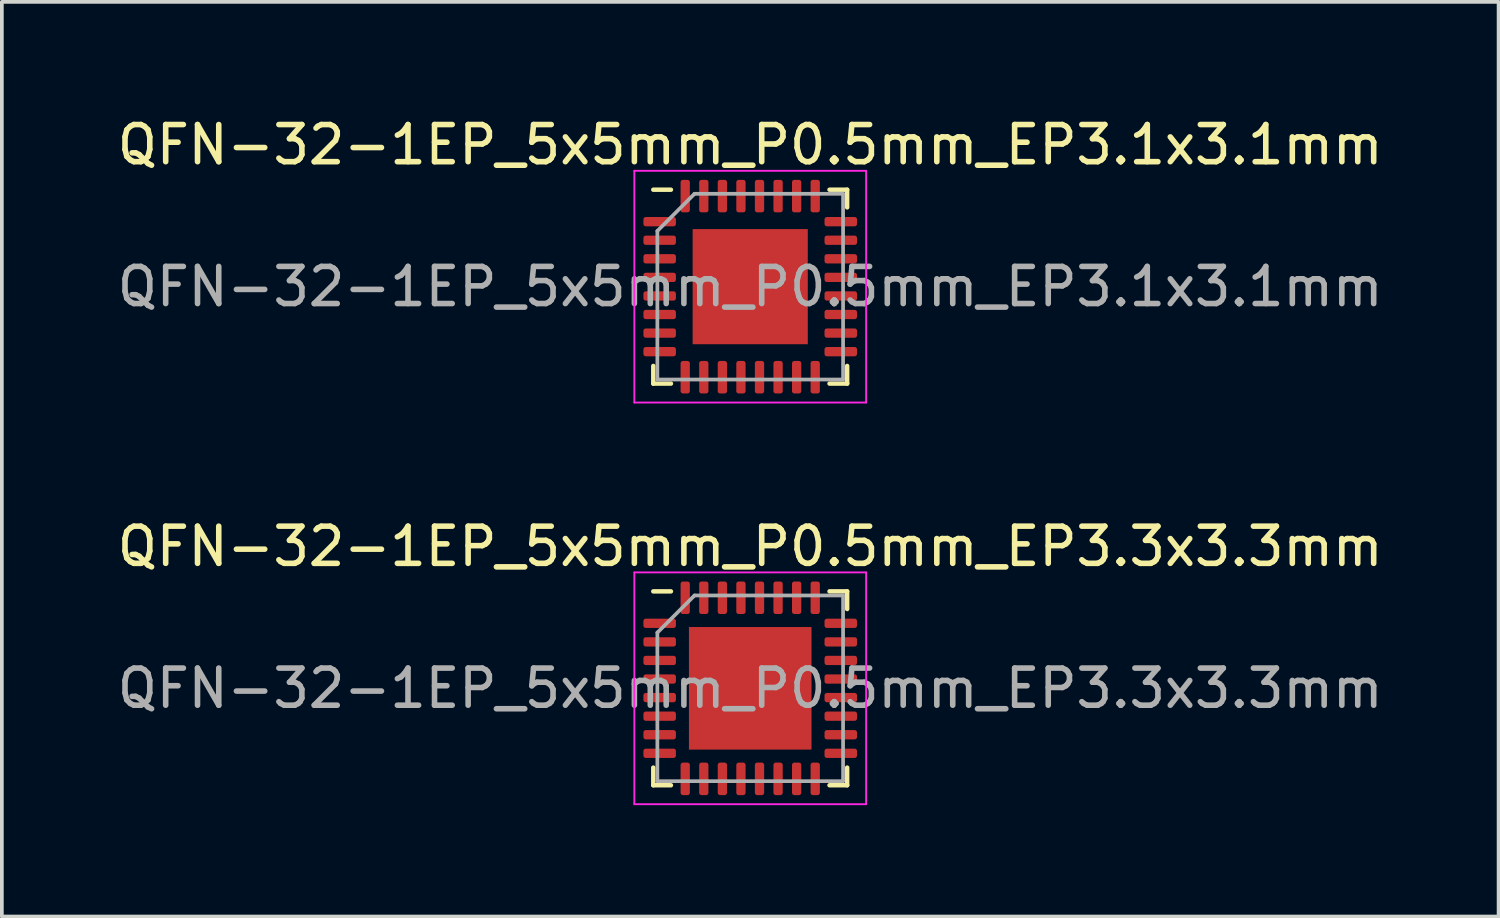
<source format=kicad_pcb>
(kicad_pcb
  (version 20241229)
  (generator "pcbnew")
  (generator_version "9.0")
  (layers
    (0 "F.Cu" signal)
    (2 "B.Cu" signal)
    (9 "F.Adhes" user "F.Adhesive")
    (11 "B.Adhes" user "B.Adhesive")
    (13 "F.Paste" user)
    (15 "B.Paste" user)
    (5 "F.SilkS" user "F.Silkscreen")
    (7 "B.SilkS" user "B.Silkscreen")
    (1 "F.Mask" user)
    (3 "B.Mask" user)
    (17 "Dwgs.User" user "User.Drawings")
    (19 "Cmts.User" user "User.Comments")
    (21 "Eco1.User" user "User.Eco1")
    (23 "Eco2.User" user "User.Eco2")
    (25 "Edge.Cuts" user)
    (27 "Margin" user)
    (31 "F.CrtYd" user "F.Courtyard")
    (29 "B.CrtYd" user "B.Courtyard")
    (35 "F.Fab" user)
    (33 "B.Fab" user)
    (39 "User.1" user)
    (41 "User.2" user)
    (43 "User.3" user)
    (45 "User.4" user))
  (footprint "QFN-32-1EP_5x5mm_P0.5mm_EP3.3x3.3mm"
    (layer "F.Cu")
    (at 17.149 15.482)
    (property "Reference" "QFN-32-1EP_5x5mm_P0.5mm_EP3.3x3.3mm" (at 0 -3.82 0) (layer "F.SilkS") (effects (font (size 1 1) (thickness 0.15))))
    (attr smd)
    (fp_line (start -2.61 2.61) (end -2.61 2.135) (stroke (width 0.12) (type solid)) (layer "F.SilkS"))
    (fp_line (start -2.135 -2.61) (end -2.61 -2.61) (stroke (width 0.12) (type solid)) (layer "F.SilkS"))
    (fp_line (start -2.135 2.61) (end -2.61 2.61) (stroke (width 0.12) (type solid)) (layer "F.SilkS"))
    (fp_line (start 2.135 -2.61) (end 2.61 -2.61) (stroke (width 0.12) (type solid)) (layer "F.SilkS"))
    (fp_line (start 2.135 2.61) (end 2.61 2.61) (stroke (width 0.12) (type solid)) (layer "F.SilkS"))
    (fp_line (start 2.61 -2.61) (end 2.61 -2.135) (stroke (width 0.12) (type solid)) (layer "F.SilkS"))
    (fp_line (start 2.61 2.61) (end 2.61 2.135) (stroke (width 0.12) (type solid)) (layer "F.SilkS"))
    (fp_line (start -3.12 -3.12) (end -3.12 3.12) (stroke (width 0.05) (type solid)) (layer "F.CrtYd"))
    (fp_line (start -3.12 3.12) (end 3.12 3.12) (stroke (width 0.05) (type solid)) (layer "F.CrtYd"))
    (fp_line (start 3.12 -3.12) (end -3.12 -3.12) (stroke (width 0.05) (type solid)) (layer "F.CrtYd"))
    (fp_line (start 3.12 3.12) (end 3.12 -3.12) (stroke (width 0.05) (type solid)) (layer "F.CrtYd"))
    (fp_line (start -2.5 -1.5) (end -1.5 -2.5) (stroke (width 0.1) (type solid)) (layer "F.Fab"))
    (fp_line (start -2.5 2.5) (end -2.5 -1.5) (stroke (width 0.1) (type solid)) (layer "F.Fab"))
    (fp_line (start -1.5 -2.5) (end 2.5 -2.5) (stroke (width 0.1) (type solid)) (layer "F.Fab"))
    (fp_line (start 2.5 -2.5) (end 2.5 2.5) (stroke (width 0.1) (type solid)) (layer "F.Fab"))
    (fp_line (start 2.5 2.5) (end -2.5 2.5) (stroke (width 0.1) (type solid)) (layer "F.Fab"))
    (fp_text user "${REFERENCE}" (at 0 0 0) (layer "F.Fab") (effects (font (size 1 1) (thickness 0.15))))
    (pad "" smd roundrect (at -1.1 -1.1) (size 0.89 0.89) (layers "F.Paste") (roundrect_rratio 0.25))
    (pad "" smd roundrect (at -1.1 0) (size 0.89 0.89) (layers "F.Paste") (roundrect_rratio 0.25))
    (pad "" smd roundrect (at -1.1 1.1) (size 0.89 0.89) (layers "F.Paste") (roundrect_rratio 0.25))
    (pad "" smd roundrect (at 0 -1.1) (size 0.89 0.89) (layers "F.Paste") (roundrect_rratio 0.25))
    (pad "" smd roundrect (at 0 0) (size 0.89 0.89) (layers "F.Paste") (roundrect_rratio 0.25))
    (pad "" smd roundrect (at 0 1.1) (size 0.89 0.89) (layers "F.Paste") (roundrect_rratio 0.25))
    (pad "" smd roundrect (at 1.1 -1.1) (size 0.89 0.89) (layers "F.Paste") (roundrect_rratio 0.25))
    (pad "" smd roundrect (at 1.1 0) (size 0.89 0.89) (layers "F.Paste") (roundrect_rratio 0.25))
    (pad "" smd roundrect (at 1.1 1.1) (size 0.89 0.89) (layers "F.Paste") (roundrect_rratio 0.25))
    (pad "1" smd roundrect (at -2.438 -1.75) (size 0.875 0.25) (layers "F.Cu" "F.Mask" "F.Paste") (roundrect_rratio 0.25))
    (pad "2" smd roundrect (at -2.438 -1.25) (size 0.875 0.25) (layers "F.Cu" "F.Mask" "F.Paste") (roundrect_rratio 0.25))
    (pad "3" smd roundrect (at -2.438 -0.75) (size 0.875 0.25) (layers "F.Cu" "F.Mask" "F.Paste") (roundrect_rratio 0.25))
    (pad "4" smd roundrect (at -2.438 -0.25) (size 0.875 0.25) (layers "F.Cu" "F.Mask" "F.Paste") (roundrect_rratio 0.25))
    (pad "5" smd roundrect (at -2.438 0.25) (size 0.875 0.25) (layers "F.Cu" "F.Mask" "F.Paste") (roundrect_rratio 0.25))
    (pad "6" smd roundrect (at -2.438 0.75) (size 0.875 0.25) (layers "F.Cu" "F.Mask" "F.Paste") (roundrect_rratio 0.25))
    (pad "7" smd roundrect (at -2.438 1.25) (size 0.875 0.25) (layers "F.Cu" "F.Mask" "F.Paste") (roundrect_rratio 0.25))
    (pad "8" smd roundrect (at -2.438 1.75) (size 0.875 0.25) (layers "F.Cu" "F.Mask" "F.Paste") (roundrect_rratio 0.25))
    (pad "9" smd roundrect (at -1.75 2.438) (size 0.25 0.875) (layers "F.Cu" "F.Mask" "F.Paste") (roundrect_rratio 0.25))
    (pad "10" smd roundrect (at -1.25 2.438) (size 0.25 0.875) (layers "F.Cu" "F.Mask" "F.Paste") (roundrect_rratio 0.25))
    (pad "11" smd roundrect (at -0.75 2.438) (size 0.25 0.875) (layers "F.Cu" "F.Mask" "F.Paste") (roundrect_rratio 0.25))
    (pad "12" smd roundrect (at -0.25 2.438) (size 0.25 0.875) (layers "F.Cu" "F.Mask" "F.Paste") (roundrect_rratio 0.25))
    (pad "13" smd roundrect (at 0.25 2.438) (size 0.25 0.875) (layers "F.Cu" "F.Mask" "F.Paste") (roundrect_rratio 0.25))
    (pad "14" smd roundrect (at 0.75 2.438) (size 0.25 0.875) (layers "F.Cu" "F.Mask" "F.Paste") (roundrect_rratio 0.25))
    (pad "15" smd roundrect (at 1.25 2.438) (size 0.25 0.875) (layers "F.Cu" "F.Mask" "F.Paste") (roundrect_rratio 0.25))
    (pad "16" smd roundrect (at 1.75 2.438) (size 0.25 0.875) (layers "F.Cu" "F.Mask" "F.Paste") (roundrect_rratio 0.25))
    (pad "17" smd roundrect (at 2.438 1.75) (size 0.875 0.25) (layers "F.Cu" "F.Mask" "F.Paste") (roundrect_rratio 0.25))
    (pad "18" smd roundrect (at 2.438 1.25) (size 0.875 0.25) (layers "F.Cu" "F.Mask" "F.Paste") (roundrect_rratio 0.25))
    (pad "19" smd roundrect (at 2.438 0.75) (size 0.875 0.25) (layers "F.Cu" "F.Mask" "F.Paste") (roundrect_rratio 0.25))
    (pad "20" smd roundrect (at 2.438 0.25) (size 0.875 0.25) (layers "F.Cu" "F.Mask" "F.Paste") (roundrect_rratio 0.25))
    (pad "21" smd roundrect (at 2.438 -0.25) (size 0.875 0.25) (layers "F.Cu" "F.Mask" "F.Paste") (roundrect_rratio 0.25))
    (pad "22" smd roundrect (at 2.438 -0.75) (size 0.875 0.25) (layers "F.Cu" "F.Mask" "F.Paste") (roundrect_rratio 0.25))
    (pad "23" smd roundrect (at 2.438 -1.25) (size 0.875 0.25) (layers "F.Cu" "F.Mask" "F.Paste") (roundrect_rratio 0.25))
    (pad "24" smd roundrect (at 2.438 -1.75) (size 0.875 0.25) (layers "F.Cu" "F.Mask" "F.Paste") (roundrect_rratio 0.25))
    (pad "25" smd roundrect (at 1.75 -2.438) (size 0.25 0.875) (layers "F.Cu" "F.Mask" "F.Paste") (roundrect_rratio 0.25))
    (pad "26" smd roundrect (at 1.25 -2.438) (size 0.25 0.875) (layers "F.Cu" "F.Mask" "F.Paste") (roundrect_rratio 0.25))
    (pad "27" smd roundrect (at 0.75 -2.438) (size 0.25 0.875) (layers "F.Cu" "F.Mask" "F.Paste") (roundrect_rratio 0.25))
    (pad "28" smd roundrect (at 0.25 -2.438) (size 0.25 0.875) (layers "F.Cu" "F.Mask" "F.Paste") (roundrect_rratio 0.25))
    (pad "29" smd roundrect (at -0.25 -2.438) (size 0.25 0.875) (layers "F.Cu" "F.Mask" "F.Paste") (roundrect_rratio 0.25))
    (pad "30" smd roundrect (at -0.75 -2.438) (size 0.25 0.875) (layers "F.Cu" "F.Mask" "F.Paste") (roundrect_rratio 0.25))
    (pad "31" smd roundrect (at -1.25 -2.438) (size 0.25 0.875) (layers "F.Cu" "F.Mask" "F.Paste") (roundrect_rratio 0.25))
    (pad "32" smd roundrect (at -1.75 -2.438) (size 0.25 0.875) (layers "F.Cu" "F.Mask" "F.Paste") (roundrect_rratio 0.25))
    (pad "33" smd rect (at 0 0) (size 3.3 3.3) (layers "F.Cu" "F.Mask")))
  (footprint "QFN-32-1EP_5x5mm_P0.5mm_EP3.1x3.1mm"
    (layer "F.Cu")
    (at 17.149 4.668)
    (property "Reference" "QFN-32-1EP_5x5mm_P0.5mm_EP3.1x3.1mm" (at 0 -3.82 0) (layer "F.SilkS") (effects (font (size 1 1) (thickness 0.15))))
    (attr smd)
    (fp_line (start -2.61 2.61) (end -2.61 2.135) (stroke (width 0.12) (type solid)) (layer "F.SilkS"))
    (fp_line (start -2.135 -2.61) (end -2.61 -2.61) (stroke (width 0.12) (type solid)) (layer "F.SilkS"))
    (fp_line (start -2.135 2.61) (end -2.61 2.61) (stroke (width 0.12) (type solid)) (layer "F.SilkS"))
    (fp_line (start 2.135 -2.61) (end 2.61 -2.61) (stroke (width 0.12) (type solid)) (layer "F.SilkS"))
    (fp_line (start 2.135 2.61) (end 2.61 2.61) (stroke (width 0.12) (type solid)) (layer "F.SilkS"))
    (fp_line (start 2.61 -2.61) (end 2.61 -2.135) (stroke (width 0.12) (type solid)) (layer "F.SilkS"))
    (fp_line (start 2.61 2.61) (end 2.61 2.135) (stroke (width 0.12) (type solid)) (layer "F.SilkS"))
    (fp_line (start -3.12 -3.12) (end -3.12 3.12) (stroke (width 0.05) (type solid)) (layer "F.CrtYd"))
    (fp_line (start -3.12 3.12) (end 3.12 3.12) (stroke (width 0.05) (type solid)) (layer "F.CrtYd"))
    (fp_line (start 3.12 -3.12) (end -3.12 -3.12) (stroke (width 0.05) (type solid)) (layer "F.CrtYd"))
    (fp_line (start 3.12 3.12) (end 3.12 -3.12) (stroke (width 0.05) (type solid)) (layer "F.CrtYd"))
    (fp_line (start -2.5 -1.5) (end -1.5 -2.5) (stroke (width 0.1) (type solid)) (layer "F.Fab"))
    (fp_line (start -2.5 2.5) (end -2.5 -1.5) (stroke (width 0.1) (type solid)) (layer "F.Fab"))
    (fp_line (start -1.5 -2.5) (end 2.5 -2.5) (stroke (width 0.1) (type solid)) (layer "F.Fab"))
    (fp_line (start 2.5 -2.5) (end 2.5 2.5) (stroke (width 0.1) (type solid)) (layer "F.Fab"))
    (fp_line (start 2.5 2.5) (end -2.5 2.5) (stroke (width 0.1) (type solid)) (layer "F.Fab"))
    (fp_text user "${REFERENCE}" (at 0 0 0) (layer "F.Fab") (effects (font (size 1 1) (thickness 0.15))))
    (pad "" smd roundrect (at -1.03 -1.03) (size 0.83 0.83) (layers "F.Paste") (roundrect_rratio 0.25))
    (pad "" smd roundrect (at -1.03 0) (size 0.83 0.83) (layers "F.Paste") (roundrect_rratio 0.25))
    (pad "" smd roundrect (at -1.03 1.03) (size 0.83 0.83) (layers "F.Paste") (roundrect_rratio 0.25))
    (pad "" smd roundrect (at 0 -1.03) (size 0.83 0.83) (layers "F.Paste") (roundrect_rratio 0.25))
    (pad "" smd roundrect (at 0 0) (size 0.83 0.83) (layers "F.Paste") (roundrect_rratio 0.25))
    (pad "" smd roundrect (at 0 1.03) (size 0.83 0.83) (layers "F.Paste") (roundrect_rratio 0.25))
    (pad "" smd roundrect (at 1.03 -1.03) (size 0.83 0.83) (layers "F.Paste") (roundrect_rratio 0.25))
    (pad "" smd roundrect (at 1.03 0) (size 0.83 0.83) (layers "F.Paste") (roundrect_rratio 0.25))
    (pad "" smd roundrect (at 1.03 1.03) (size 0.83 0.83) (layers "F.Paste") (roundrect_rratio 0.25))
    (pad "1" smd roundrect (at -2.438 -1.75) (size 0.875 0.25) (layers "F.Cu" "F.Mask" "F.Paste") (roundrect_rratio 0.25))
    (pad "2" smd roundrect (at -2.438 -1.25) (size 0.875 0.25) (layers "F.Cu" "F.Mask" "F.Paste") (roundrect_rratio 0.25))
    (pad "3" smd roundrect (at -2.438 -0.75) (size 0.875 0.25) (layers "F.Cu" "F.Mask" "F.Paste") (roundrect_rratio 0.25))
    (pad "4" smd roundrect (at -2.438 -0.25) (size 0.875 0.25) (layers "F.Cu" "F.Mask" "F.Paste") (roundrect_rratio 0.25))
    (pad "5" smd roundrect (at -2.438 0.25) (size 0.875 0.25) (layers "F.Cu" "F.Mask" "F.Paste") (roundrect_rratio 0.25))
    (pad "6" smd roundrect (at -2.438 0.75) (size 0.875 0.25) (layers "F.Cu" "F.Mask" "F.Paste") (roundrect_rratio 0.25))
    (pad "7" smd roundrect (at -2.438 1.25) (size 0.875 0.25) (layers "F.Cu" "F.Mask" "F.Paste") (roundrect_rratio 0.25))
    (pad "8" smd roundrect (at -2.438 1.75) (size 0.875 0.25) (layers "F.Cu" "F.Mask" "F.Paste") (roundrect_rratio 0.25))
    (pad "9" smd roundrect (at -1.75 2.438) (size 0.25 0.875) (layers "F.Cu" "F.Mask" "F.Paste") (roundrect_rratio 0.25))
    (pad "10" smd roundrect (at -1.25 2.438) (size 0.25 0.875) (layers "F.Cu" "F.Mask" "F.Paste") (roundrect_rratio 0.25))
    (pad "11" smd roundrect (at -0.75 2.438) (size 0.25 0.875) (layers "F.Cu" "F.Mask" "F.Paste") (roundrect_rratio 0.25))
    (pad "12" smd roundrect (at -0.25 2.438) (size 0.25 0.875) (layers "F.Cu" "F.Mask" "F.Paste") (roundrect_rratio 0.25))
    (pad "13" smd roundrect (at 0.25 2.438) (size 0.25 0.875) (layers "F.Cu" "F.Mask" "F.Paste") (roundrect_rratio 0.25))
    (pad "14" smd roundrect (at 0.75 2.438) (size 0.25 0.875) (layers "F.Cu" "F.Mask" "F.Paste") (roundrect_rratio 0.25))
    (pad "15" smd roundrect (at 1.25 2.438) (size 0.25 0.875) (layers "F.Cu" "F.Mask" "F.Paste") (roundrect_rratio 0.25))
    (pad "16" smd roundrect (at 1.75 2.438) (size 0.25 0.875) (layers "F.Cu" "F.Mask" "F.Paste") (roundrect_rratio 0.25))
    (pad "17" smd roundrect (at 2.438 1.75) (size 0.875 0.25) (layers "F.Cu" "F.Mask" "F.Paste") (roundrect_rratio 0.25))
    (pad "18" smd roundrect (at 2.438 1.25) (size 0.875 0.25) (layers "F.Cu" "F.Mask" "F.Paste") (roundrect_rratio 0.25))
    (pad "19" smd roundrect (at 2.438 0.75) (size 0.875 0.25) (layers "F.Cu" "F.Mask" "F.Paste") (roundrect_rratio 0.25))
    (pad "20" smd roundrect (at 2.438 0.25) (size 0.875 0.25) (layers "F.Cu" "F.Mask" "F.Paste") (roundrect_rratio 0.25))
    (pad "21" smd roundrect (at 2.438 -0.25) (size 0.875 0.25) (layers "F.Cu" "F.Mask" "F.Paste") (roundrect_rratio 0.25))
    (pad "22" smd roundrect (at 2.438 -0.75) (size 0.875 0.25) (layers "F.Cu" "F.Mask" "F.Paste") (roundrect_rratio 0.25))
    (pad "23" smd roundrect (at 2.438 -1.25) (size 0.875 0.25) (layers "F.Cu" "F.Mask" "F.Paste") (roundrect_rratio 0.25))
    (pad "24" smd roundrect (at 2.438 -1.75) (size 0.875 0.25) (layers "F.Cu" "F.Mask" "F.Paste") (roundrect_rratio 0.25))
    (pad "25" smd roundrect (at 1.75 -2.438) (size 0.25 0.875) (layers "F.Cu" "F.Mask" "F.Paste") (roundrect_rratio 0.25))
    (pad "26" smd roundrect (at 1.25 -2.438) (size 0.25 0.875) (layers "F.Cu" "F.Mask" "F.Paste") (roundrect_rratio 0.25))
    (pad "27" smd roundrect (at 0.75 -2.438) (size 0.25 0.875) (layers "F.Cu" "F.Mask" "F.Paste") (roundrect_rratio 0.25))
    (pad "28" smd roundrect (at 0.25 -2.438) (size 0.25 0.875) (layers "F.Cu" "F.Mask" "F.Paste") (roundrect_rratio 0.25))
    (pad "29" smd roundrect (at -0.25 -2.438) (size 0.25 0.875) (layers "F.Cu" "F.Mask" "F.Paste") (roundrect_rratio 0.25))
    (pad "30" smd roundrect (at -0.75 -2.438) (size 0.25 0.875) (layers "F.Cu" "F.Mask" "F.Paste") (roundrect_rratio 0.25))
    (pad "31" smd roundrect (at -1.25 -2.438) (size 0.25 0.875) (layers "F.Cu" "F.Mask" "F.Paste") (roundrect_rratio 0.25))
    (pad "32" smd roundrect (at -1.75 -2.438) (size 0.25 0.875) (layers "F.Cu" "F.Mask" "F.Paste") (roundrect_rratio 0.25))
    (pad "33" smd rect (at 0 0) (size 3.1 3.1) (layers "F.Cu" "F.Mask")))
  (gr_rect
    (start -3 -3)
    (end 37.298 21.627)
    (stroke (width 0.1) (type default))
    (fill no)
    (layer "Edge.Cuts")))
</source>
